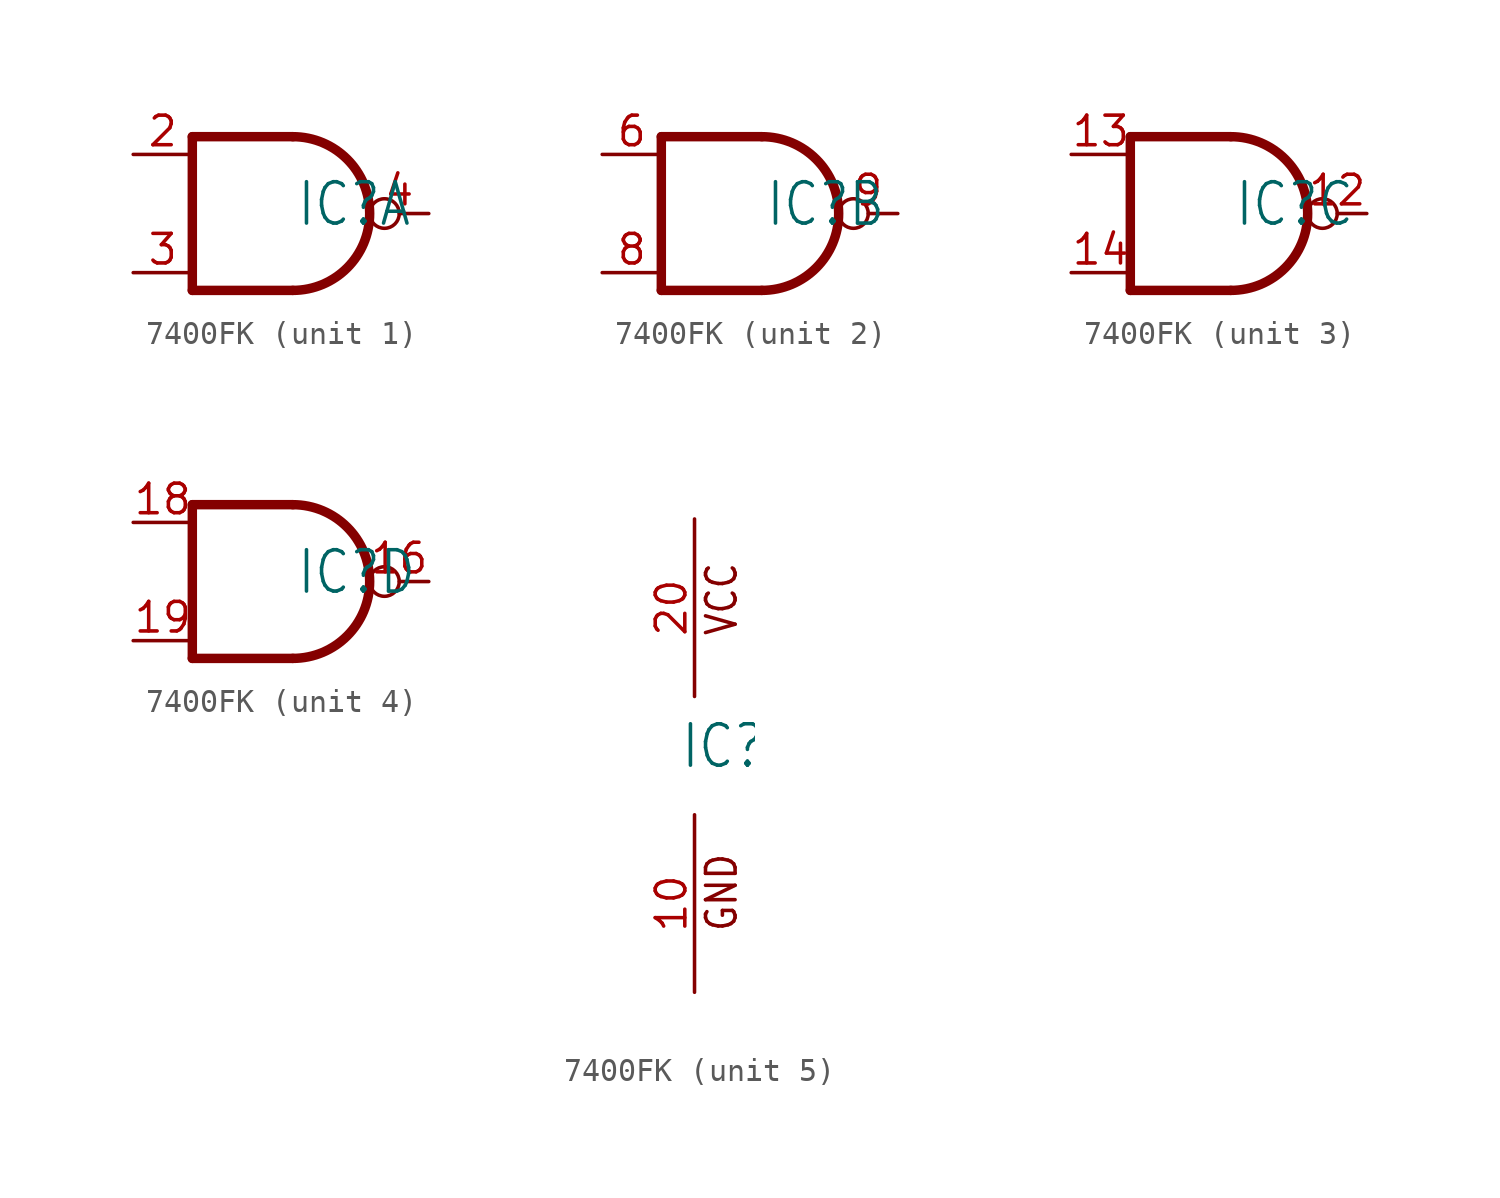
<source format=kicad_sym>
(kicad_symbol_lib
  (version 20211014)
  (generator kicad_symbol_editor)
  (symbol "7400FK"
    (property "Reference" "IC"
      (at -0.635 -0.635 0)
      (effects (font (size 1.778 1.511)) (justify left bottom)))
    (property "ki_locked" ""
      (at 0 0 0)
      (effects (font (size 1.27 1.27))))
    (symbol "7400FK_1_0"
      (arc (start -0.762 -3.302) (mid 2.54 0) (end -0.762 3.302) (stroke (width 0.4064) (type default) (color 0 0 0 0)) (fill (type none)))
      (polyline (pts (xy -5.08 -3.302) (xy -0.762 -3.302)) (stroke (width 0.406) (type default) (color 0 0 0 0)) (fill (type none)))
      (polyline (pts (xy -5.08 3.302) (xy -5.08 -3.302)) (stroke (width 0.406) (type default) (color 0 0 0 0)) (fill (type none)))
      (polyline (pts (xy -0.762 3.302) (xy -5.08 3.302)) (stroke (width 0.406) (type default) (color 0 0 0 0)) (fill (type none)))
      (pin input line (at -7.62 2.54 0) (length 2.54) (name "I0" (effects (font (size 0 0)))) (number "2" (effects (font (size 1.27 1.27)))))
      (pin input line (at -7.62 -2.54 0) (length 2.54) (name "I1" (effects (font (size 0 0)))) (number "3" (effects (font (size 1.27 1.27)))))
      (pin output inverted (at 5.08 0 180) (length 2.54) (name "O" (effects (font (size 0 0)))) (number "4" (effects (font (size 1.27 1.27))))))
    (symbol "7400FK_2_0"
      (arc (start -0.762 -3.302) (mid 2.54 0) (end -0.762 3.302) (stroke (width 0.4064) (type default) (color 0 0 0 0)) (fill (type none)))
      (polyline (pts (xy -5.08 -3.302) (xy -0.762 -3.302)) (stroke (width 0.406) (type default) (color 0 0 0 0)) (fill (type none)))
      (polyline (pts (xy -5.08 3.302) (xy -5.08 -3.302)) (stroke (width 0.406) (type default) (color 0 0 0 0)) (fill (type none)))
      (polyline (pts (xy -0.762 3.302) (xy -5.08 3.302)) (stroke (width 0.406) (type default) (color 0 0 0 0)) (fill (type none)))
      (pin input line (at -7.62 2.54 0) (length 2.54) (name "I0" (effects (font (size 0 0)))) (number "6" (effects (font (size 1.27 1.27)))))
      (pin input line (at -7.62 -2.54 0) (length 2.54) (name "I1" (effects (font (size 0 0)))) (number "8" (effects (font (size 1.27 1.27)))))
      (pin output inverted (at 5.08 0 180) (length 2.54) (name "O" (effects (font (size 0 0)))) (number "9" (effects (font (size 1.27 1.27))))))
    (symbol "7400FK_3_0"
      (arc (start -0.762 -3.302) (mid 2.54 0) (end -0.762 3.302) (stroke (width 0.4064) (type default) (color 0 0 0 0)) (fill (type none)))
      (polyline (pts (xy -5.08 -3.302) (xy -0.762 -3.302)) (stroke (width 0.406) (type default) (color 0 0 0 0)) (fill (type none)))
      (polyline (pts (xy -5.08 3.302) (xy -5.08 -3.302)) (stroke (width 0.406) (type default) (color 0 0 0 0)) (fill (type none)))
      (polyline (pts (xy -0.762 3.302) (xy -5.08 3.302)) (stroke (width 0.406) (type default) (color 0 0 0 0)) (fill (type none)))
      (pin output inverted (at 5.08 0 180) (length 2.54) (name "O" (effects (font (size 0 0)))) (number "12" (effects (font (size 1.27 1.27)))))
      (pin input line (at -7.62 2.54 0) (length 2.54) (name "I0" (effects (font (size 0 0)))) (number "13" (effects (font (size 1.27 1.27)))))
      (pin input line (at -7.62 -2.54 0) (length 2.54) (name "I1" (effects (font (size 0 0)))) (number "14" (effects (font (size 1.27 1.27))))))
    (symbol "7400FK_4_0"
      (arc (start -0.762 -3.302) (mid 2.54 0) (end -0.762 3.302) (stroke (width 0.4064) (type default) (color 0 0 0 0)) (fill (type none)))
      (polyline (pts (xy -5.08 -3.302) (xy -0.762 -3.302)) (stroke (width 0.406) (type default) (color 0 0 0 0)) (fill (type none)))
      (polyline (pts (xy -5.08 3.302) (xy -5.08 -3.302)) (stroke (width 0.406) (type default) (color 0 0 0 0)) (fill (type none)))
      (polyline (pts (xy -0.762 3.302) (xy -5.08 3.302)) (stroke (width 0.406) (type default) (color 0 0 0 0)) (fill (type none)))
      (pin output inverted (at 5.08 0 180) (length 2.54) (name "O" (effects (font (size 0 0)))) (number "16" (effects (font (size 1.27 1.27)))))
      (pin input line (at -7.62 2.54 0) (length 2.54) (name "I0" (effects (font (size 0 0)))) (number "18" (effects (font (size 1.27 1.27)))))
      (pin input line (at -7.62 -2.54 0) (length 2.54) (name "I1" (effects (font (size 0 0)))) (number "19" (effects (font (size 1.27 1.27))))))
    (symbol "7400FK_5_0"
      (text "GND" (at 1.905 -7.62 900) (effects (font (size 1.27 1.079)) (justify left bottom)))
      (text "VCC" (at 1.905 5.08 900) (effects (font (size 1.27 1.079)) (justify left bottom)))
      (pin power_in line (at 0 -10.16 90) (length 7.62) (name "GND" (effects (font (size 0 0)))) (number "10" (effects (font (size 1.27 1.27)))))
      (pin power_in line (at 0 10.16 270) (length 7.62) (name "VCC" (effects (font (size 0 0)))) (number "20" (effects (font (size 1.27 1.27))))))))
</source>
